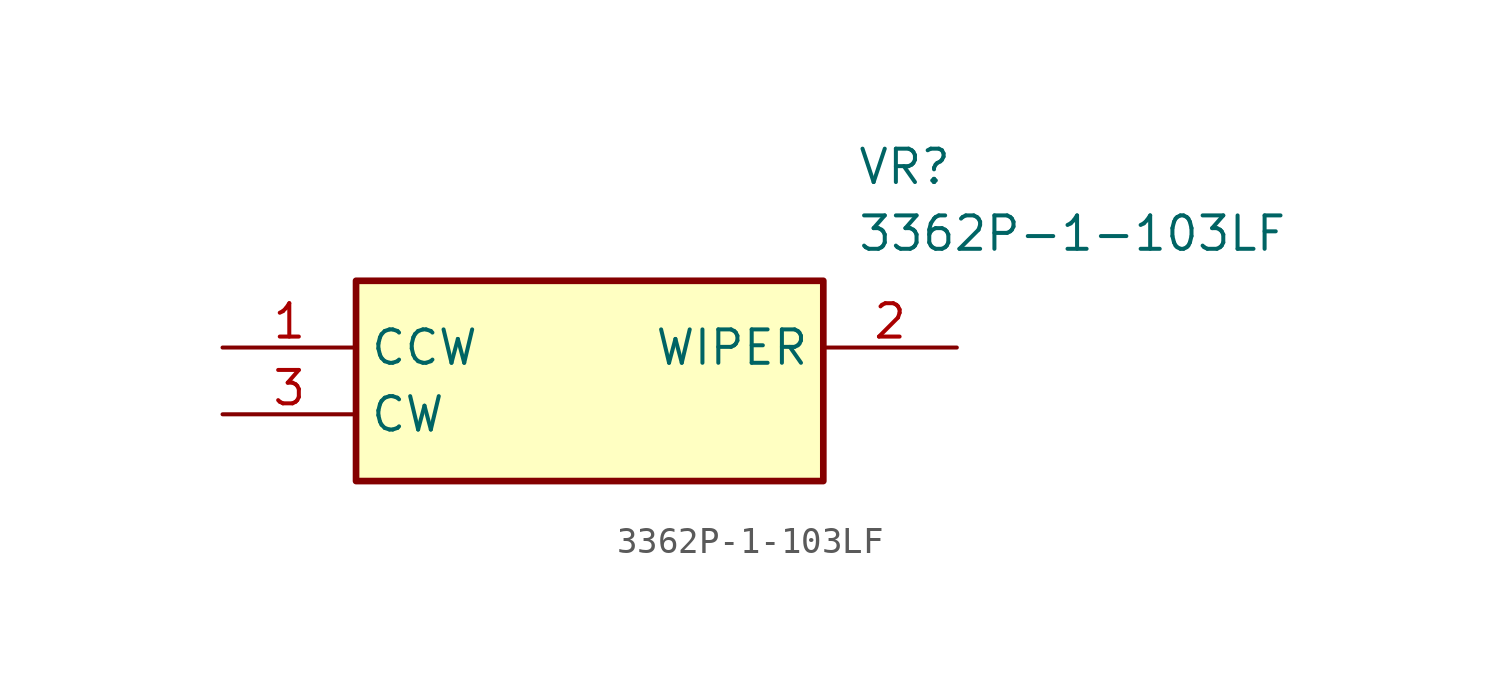
<source format=kicad_sym>
(kicad_symbol_lib
  (version 20211014)
  (generator SamacSys_ECAD_Model)
  (symbol "3362P-1-103LF"
    (property "Reference" "VR"
      (at 24.13 7.62 0)
      (effects (font (size 1.27 1.27)) (justify left top)))
    (property "Value" "3362P-1-103LF"
      (at 24.13 5.08 0)
      (effects (font (size 1.27 1.27)) (justify left top)))
    (rectangle
      (start 5.08 2.54)
      (end 22.86 -5.08)
      (stroke (width 0.254) (type default))
      (fill (type background)))
    (pin passive line
      (at 0 0 0)
      (length 5.08)
      (name "CCW" (effects (font (size 1.27 1.27))))
      (number "1" (effects (font (size 1.27 1.27)))))
    (pin passive line
      (at 27.94 0 180)
      (length 5.08)
      (name "WIPER" (effects (font (size 1.27 1.27))))
      (number "2" (effects (font (size 1.27 1.27)))))
    (pin passive line
      (at 0 -2.54 0)
      (length 5.08)
      (name "CW" (effects (font (size 1.27 1.27))))
      (number "3" (effects (font (size 1.27 1.27)))))))
</source>
